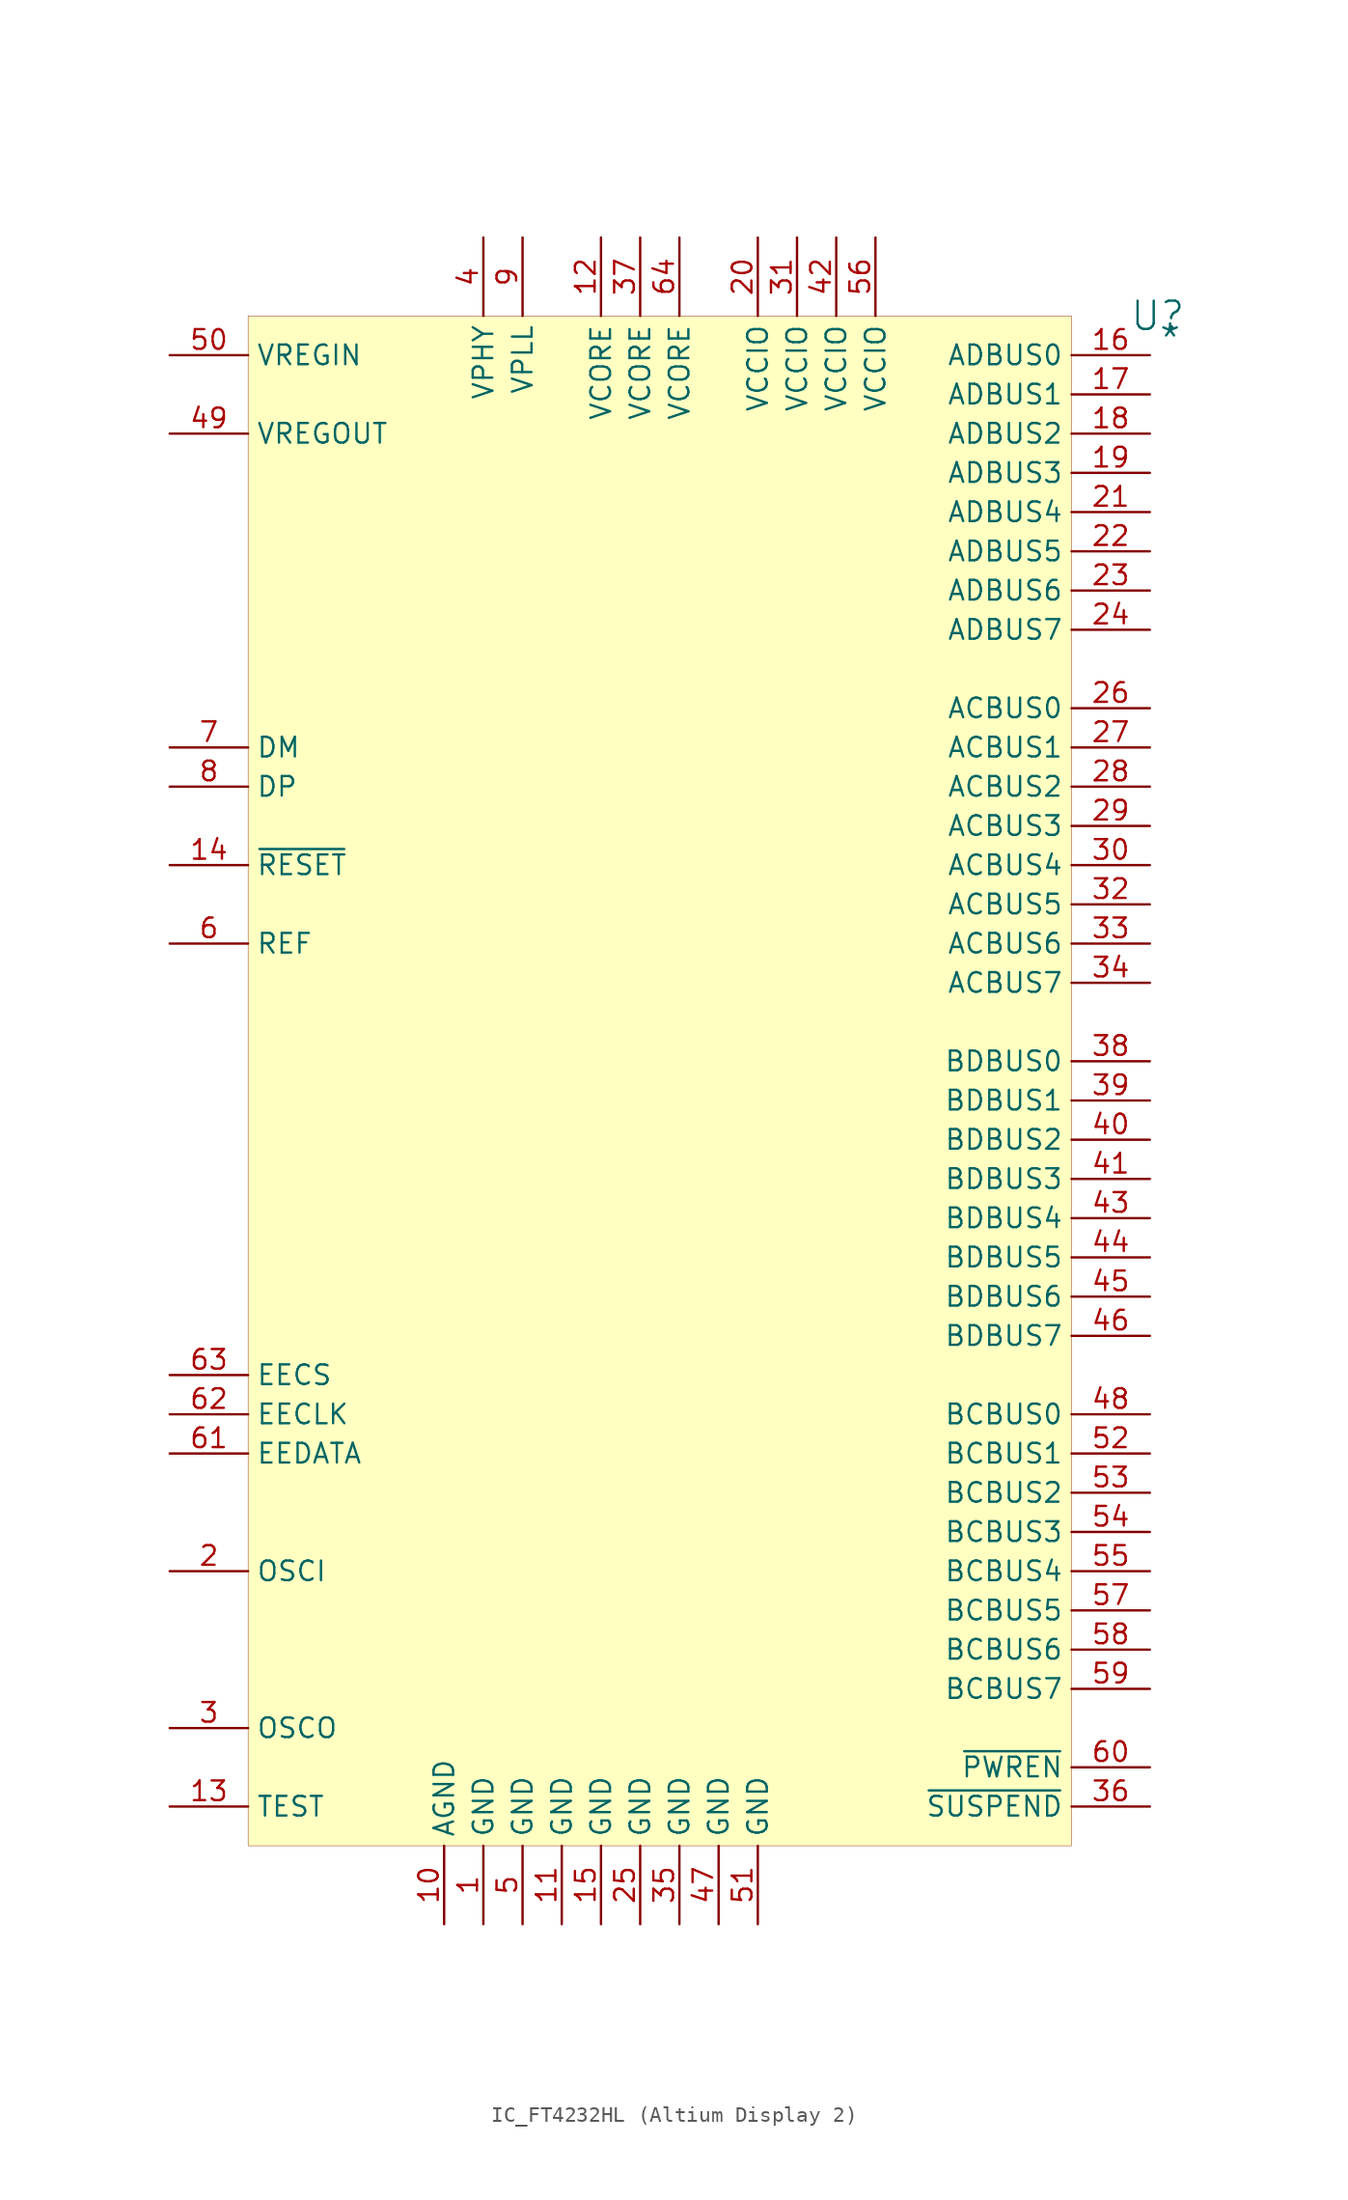
<source format=kicad_sym>
(kicad_symbol_lib
  (version 20241209)
  (generator "kicad_symbol_editor")
  (generator_version "9.0")
  (symbol "IC_FT4232HL (Altium Display 2)"
    (property "Reference" "U"
      (at 58.928 0 0)
      (effects (font (size 1.829 1.829))))
    (property "Value" "*"
      (at 58.928 -2.54 0)
      (effects (font (size 1.829 1.829)) (justify left bottom)))
    (symbol "IC_FT4232HL (Altium Display 2)_1_0"
      (rectangle (start 53.34 0) (end 0 -99.06) (stroke (width 0.025) (type solid) (color 128 0 0 1)) (fill (type background)))
      (pin passive line (at -5.08 -2.54 0) (length 5.08) (name "VREGIN" (effects (font (size 1.27 1.27)))) (number "50" (effects (font (size 1.27 1.27)))))
      (pin passive line (at -5.08 -7.62 0) (length 5.08) (name "VREGOUT" (effects (font (size 1.27 1.27)))) (number "49" (effects (font (size 1.27 1.27)))))
      (pin passive line (at -5.08 -27.94 0) (length 5.08) (name "DM" (effects (font (size 1.27 1.27)))) (number "7" (effects (font (size 1.27 1.27)))))
      (pin passive line (at -5.08 -30.48 0) (length 5.08) (name "DP" (effects (font (size 1.27 1.27)))) (number "8" (effects (font (size 1.27 1.27)))))
      (pin passive line (at -5.08 -35.56 0) (length 5.08) (name "~{RESET}" (effects (font (size 1.27 1.27)))) (number "14" (effects (font (size 1.27 1.27)))))
      (pin passive line (at -5.08 -40.64 0) (length 5.08) (name "REF" (effects (font (size 1.27 1.27)))) (number "6" (effects (font (size 1.27 1.27)))))
      (pin passive line (at -5.08 -68.58 0) (length 5.08) (name "EECS" (effects (font (size 1.27 1.27)))) (number "63" (effects (font (size 1.27 1.27)))))
      (pin passive line (at -5.08 -71.12 0) (length 5.08) (name "EECLK" (effects (font (size 1.27 1.27)))) (number "62" (effects (font (size 1.27 1.27)))))
      (pin passive line (at -5.08 -73.66 0) (length 5.08) (name "EEDATA" (effects (font (size 1.27 1.27)))) (number "61" (effects (font (size 1.27 1.27)))))
      (pin passive line (at -5.08 -81.28 0) (length 5.08) (name "OSCI" (effects (font (size 1.27 1.27)))) (number "2" (effects (font (size 1.27 1.27)))))
      (pin passive line (at -5.08 -91.44 0) (length 5.08) (name "OSCO" (effects (font (size 1.27 1.27)))) (number "3" (effects (font (size 1.27 1.27)))))
      (pin passive line (at -5.08 -96.52 0) (length 5.08) (name "TEST" (effects (font (size 1.27 1.27)))) (number "13" (effects (font (size 1.27 1.27)))))
      (pin passive line (at 12.7 -104.14 90) (length 5.08) (name "AGND" (effects (font (size 1.27 1.27)))) (number "10" (effects (font (size 1.27 1.27)))))
      (pin passive line (at 15.24 5.08 270) (length 5.08) (name "VPHY" (effects (font (size 1.27 1.27)))) (number "4" (effects (font (size 1.27 1.27)))))
      (pin passive line (at 15.24 -104.14 90) (length 5.08) (name "GND" (effects (font (size 1.27 1.27)))) (number "1" (effects (font (size 1.27 1.27)))))
      (pin passive line (at 17.78 5.08 270) (length 5.08) (name "VPLL" (effects (font (size 1.27 1.27)))) (number "9" (effects (font (size 1.27 1.27)))))
      (pin passive line (at 17.78 -104.14 90) (length 5.08) (name "GND" (effects (font (size 1.27 1.27)))) (number "5" (effects (font (size 1.27 1.27)))))
      (pin passive line (at 20.32 -104.14 90) (length 5.08) (name "GND" (effects (font (size 1.27 1.27)))) (number "11" (effects (font (size 1.27 1.27)))))
      (pin passive line (at 22.86 5.08 270) (length 5.08) (name "VCORE" (effects (font (size 1.27 1.27)))) (number "12" (effects (font (size 1.27 1.27)))))
      (pin passive line (at 22.86 -104.14 90) (length 5.08) (name "GND" (effects (font (size 1.27 1.27)))) (number "15" (effects (font (size 1.27 1.27)))))
      (pin passive line (at 25.4 5.08 270) (length 5.08) (name "VCORE" (effects (font (size 1.27 1.27)))) (number "37" (effects (font (size 1.27 1.27)))))
      (pin passive line (at 25.4 -104.14 90) (length 5.08) (name "GND" (effects (font (size 1.27 1.27)))) (number "25" (effects (font (size 1.27 1.27)))))
      (pin passive line (at 27.94 5.08 270) (length 5.08) (name "VCORE" (effects (font (size 1.27 1.27)))) (number "64" (effects (font (size 1.27 1.27)))))
      (pin passive line (at 27.94 -104.14 90) (length 5.08) (name "GND" (effects (font (size 1.27 1.27)))) (number "35" (effects (font (size 1.27 1.27)))))
      (pin passive line (at 30.48 -104.14 90) (length 5.08) (name "GND" (effects (font (size 1.27 1.27)))) (number "47" (effects (font (size 1.27 1.27)))))
      (pin passive line (at 33.02 5.08 270) (length 5.08) (name "VCCIO" (effects (font (size 1.27 1.27)))) (number "20" (effects (font (size 1.27 1.27)))))
      (pin passive line (at 33.02 -104.14 90) (length 5.08) (name "GND" (effects (font (size 1.27 1.27)))) (number "51" (effects (font (size 1.27 1.27)))))
      (pin passive line (at 35.56 5.08 270) (length 5.08) (name "VCCIO" (effects (font (size 1.27 1.27)))) (number "31" (effects (font (size 1.27 1.27)))))
      (pin passive line (at 38.1 5.08 270) (length 5.08) (name "VCCIO" (effects (font (size 1.27 1.27)))) (number "42" (effects (font (size 1.27 1.27)))))
      (pin passive line (at 40.64 5.08 270) (length 5.08) (name "VCCIO" (effects (font (size 1.27 1.27)))) (number "56" (effects (font (size 1.27 1.27)))))
      (pin passive line (at 58.42 -2.54 180) (length 5.08) (name "ADBUS0" (effects (font (size 1.27 1.27)))) (number "16" (effects (font (size 1.27 1.27)))))
      (pin passive line (at 58.42 -5.08 180) (length 5.08) (name "ADBUS1" (effects (font (size 1.27 1.27)))) (number "17" (effects (font (size 1.27 1.27)))))
      (pin passive line (at 58.42 -7.62 180) (length 5.08) (name "ADBUS2" (effects (font (size 1.27 1.27)))) (number "18" (effects (font (size 1.27 1.27)))))
      (pin passive line (at 58.42 -10.16 180) (length 5.08) (name "ADBUS3" (effects (font (size 1.27 1.27)))) (number "19" (effects (font (size 1.27 1.27)))))
      (pin passive line (at 58.42 -12.7 180) (length 5.08) (name "ADBUS4" (effects (font (size 1.27 1.27)))) (number "21" (effects (font (size 1.27 1.27)))))
      (pin passive line (at 58.42 -15.24 180) (length 5.08) (name "ADBUS5" (effects (font (size 1.27 1.27)))) (number "22" (effects (font (size 1.27 1.27)))))
      (pin passive line (at 58.42 -17.78 180) (length 5.08) (name "ADBUS6" (effects (font (size 1.27 1.27)))) (number "23" (effects (font (size 1.27 1.27)))))
      (pin passive line (at 58.42 -20.32 180) (length 5.08) (name "ADBUS7" (effects (font (size 1.27 1.27)))) (number "24" (effects (font (size 1.27 1.27)))))
      (pin passive line (at 58.42 -25.4 180) (length 5.08) (name "ACBUS0" (effects (font (size 1.27 1.27)))) (number "26" (effects (font (size 1.27 1.27)))))
      (pin passive line (at 58.42 -27.94 180) (length 5.08) (name "ACBUS1" (effects (font (size 1.27 1.27)))) (number "27" (effects (font (size 1.27 1.27)))))
      (pin passive line (at 58.42 -30.48 180) (length 5.08) (name "ACBUS2" (effects (font (size 1.27 1.27)))) (number "28" (effects (font (size 1.27 1.27)))))
      (pin passive line (at 58.42 -33.02 180) (length 5.08) (name "ACBUS3" (effects (font (size 1.27 1.27)))) (number "29" (effects (font (size 1.27 1.27)))))
      (pin passive line (at 58.42 -35.56 180) (length 5.08) (name "ACBUS4" (effects (font (size 1.27 1.27)))) (number "30" (effects (font (size 1.27 1.27)))))
      (pin passive line (at 58.42 -38.1 180) (length 5.08) (name "ACBUS5" (effects (font (size 1.27 1.27)))) (number "32" (effects (font (size 1.27 1.27)))))
      (pin passive line (at 58.42 -40.64 180) (length 5.08) (name "ACBUS6" (effects (font (size 1.27 1.27)))) (number "33" (effects (font (size 1.27 1.27)))))
      (pin passive line (at 58.42 -43.18 180) (length 5.08) (name "ACBUS7" (effects (font (size 1.27 1.27)))) (number "34" (effects (font (size 1.27 1.27)))))
      (pin passive line (at 58.42 -48.26 180) (length 5.08) (name "BDBUS0" (effects (font (size 1.27 1.27)))) (number "38" (effects (font (size 1.27 1.27)))))
      (pin passive line (at 58.42 -50.8 180) (length 5.08) (name "BDBUS1" (effects (font (size 1.27 1.27)))) (number "39" (effects (font (size 1.27 1.27)))))
      (pin passive line (at 58.42 -53.34 180) (length 5.08) (name "BDBUS2" (effects (font (size 1.27 1.27)))) (number "40" (effects (font (size 1.27 1.27)))))
      (pin passive line (at 58.42 -55.88 180) (length 5.08) (name "BDBUS3" (effects (font (size 1.27 1.27)))) (number "41" (effects (font (size 1.27 1.27)))))
      (pin passive line (at 58.42 -58.42 180) (length 5.08) (name "BDBUS4" (effects (font (size 1.27 1.27)))) (number "43" (effects (font (size 1.27 1.27)))))
      (pin passive line (at 58.42 -60.96 180) (length 5.08) (name "BDBUS5" (effects (font (size 1.27 1.27)))) (number "44" (effects (font (size 1.27 1.27)))))
      (pin passive line (at 58.42 -63.5 180) (length 5.08) (name "BDBUS6" (effects (font (size 1.27 1.27)))) (number "45" (effects (font (size 1.27 1.27)))))
      (pin passive line (at 58.42 -66.04 180) (length 5.08) (name "BDBUS7" (effects (font (size 1.27 1.27)))) (number "46" (effects (font (size 1.27 1.27)))))
      (pin passive line (at 58.42 -71.12 180) (length 5.08) (name "BCBUS0" (effects (font (size 1.27 1.27)))) (number "48" (effects (font (size 1.27 1.27)))))
      (pin passive line (at 58.42 -73.66 180) (length 5.08) (name "BCBUS1" (effects (font (size 1.27 1.27)))) (number "52" (effects (font (size 1.27 1.27)))))
      (pin passive line (at 58.42 -76.2 180) (length 5.08) (name "BCBUS2" (effects (font (size 1.27 1.27)))) (number "53" (effects (font (size 1.27 1.27)))))
      (pin passive line (at 58.42 -78.74 180) (length 5.08) (name "BCBUS3" (effects (font (size 1.27 1.27)))) (number "54" (effects (font (size 1.27 1.27)))))
      (pin passive line (at 58.42 -81.28 180) (length 5.08) (name "BCBUS4" (effects (font (size 1.27 1.27)))) (number "55" (effects (font (size 1.27 1.27)))))
      (pin passive line (at 58.42 -83.82 180) (length 5.08) (name "BCBUS5" (effects (font (size 1.27 1.27)))) (number "57" (effects (font (size 1.27 1.27)))))
      (pin passive line (at 58.42 -86.36 180) (length 5.08) (name "BCBUS6" (effects (font (size 1.27 1.27)))) (number "58" (effects (font (size 1.27 1.27)))))
      (pin passive line (at 58.42 -88.9 180) (length 5.08) (name "BCBUS7" (effects (font (size 1.27 1.27)))) (number "59" (effects (font (size 1.27 1.27)))))
      (pin passive line (at 58.42 -93.98 180) (length 5.08) (name "~{PWREN}" (effects (font (size 1.27 1.27)))) (number "60" (effects (font (size 1.27 1.27)))))
      (pin passive line (at 58.42 -96.52 180) (length 5.08) (name "~{SUSPEND}" (effects (font (size 1.27 1.27)))) (number "36" (effects (font (size 1.27 1.27))))))))
</source>
